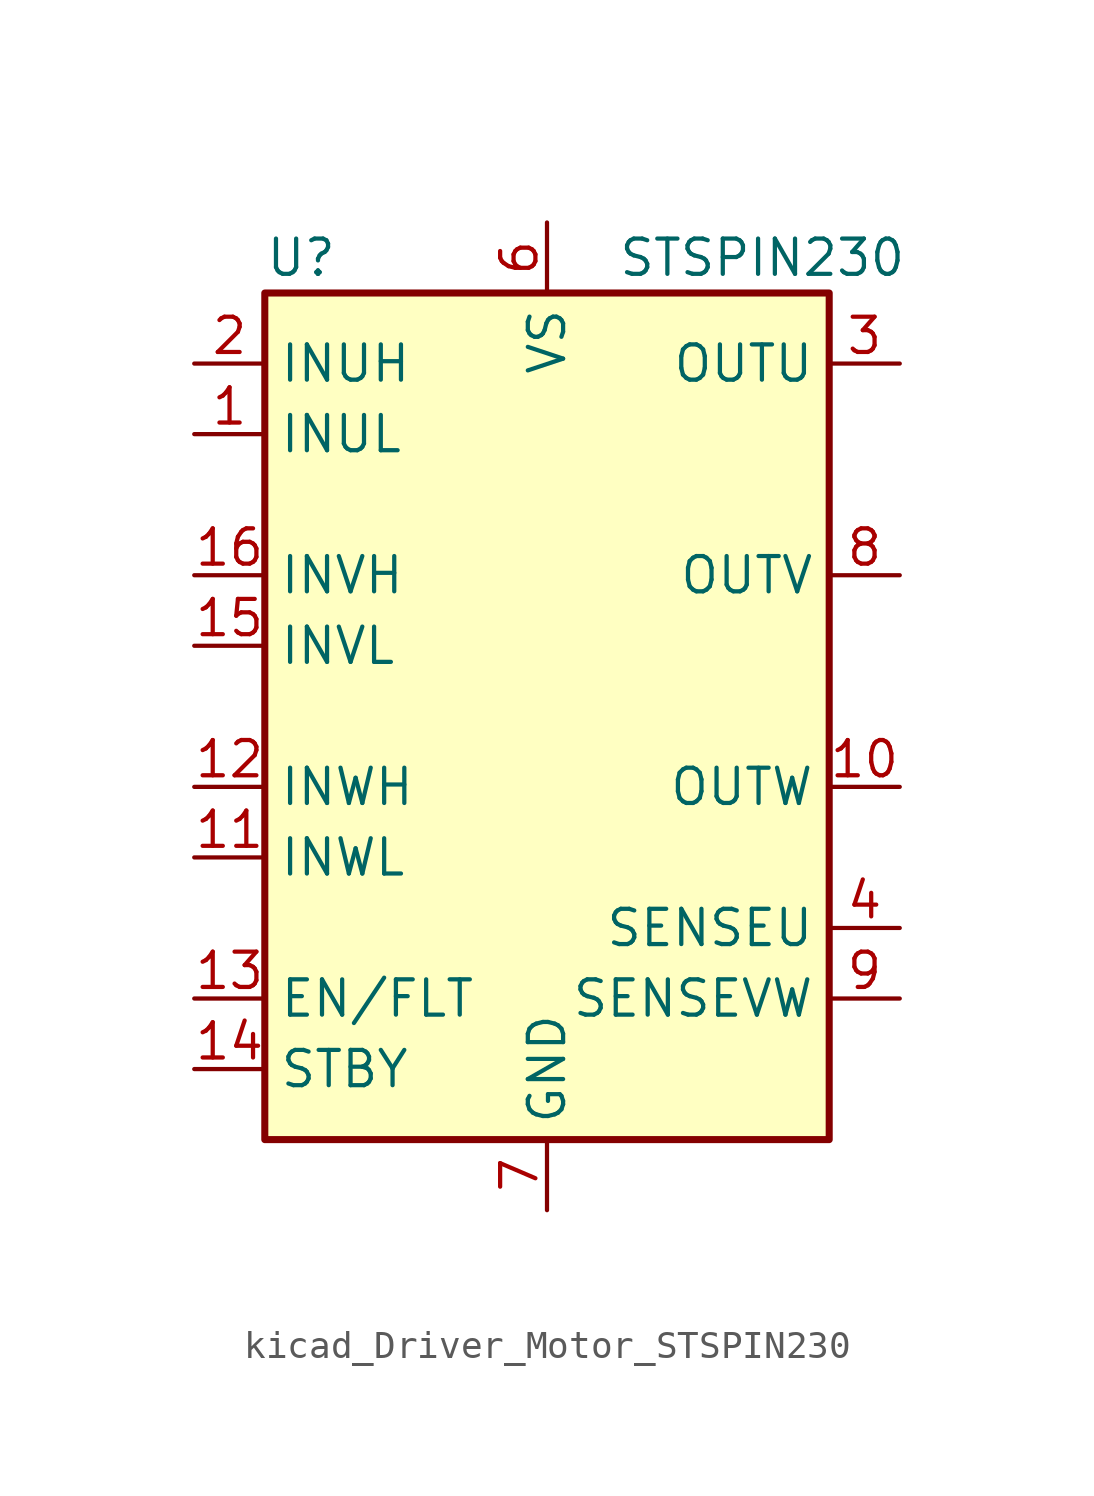
<source format=kicad_sym>
(kicad_symbol_lib
  (version 20220914)
  (generator kicad_symbol_editor)
  (symbol "kicad_Driver_Motor_STSPIN230"
    (property "Reference" "U"
      (at -10.16 16.51 0)
      (effects (font (size 1.27 1.27)) (justify left)))
    (property "Value" "STSPIN230"
      (at 2.54 16.51 0)
      (effects (font (size 1.27 1.27)) (justify left)))
    (symbol "kicad_Driver_Motor_STSPIN230_0_1"
      (rectangle (start -10.16 15.24) (end 10.16 -15.24) (stroke (width 0.254) (type default)) (fill (type background))))
    (symbol "kicad_Driver_Motor_STSPIN230_1_1"
      (pin input line (at -12.7 10.16 0) (length 2.54) (name "INUL" (effects (font (size 1.27 1.27)))) (number "1" (effects (font (size 1.27 1.27)))))
      (pin power_out line (at 12.7 -2.54 180) (length 2.54) (name "OUTW" (effects (font (size 1.27 1.27)))) (number "10" (effects (font (size 1.27 1.27)))))
      (pin input line (at -12.7 -5.08 0) (length 2.54) (name "INWL" (effects (font (size 1.27 1.27)))) (number "11" (effects (font (size 1.27 1.27)))))
      (pin input line (at -12.7 -2.54 0) (length 2.54) (name "INWH" (effects (font (size 1.27 1.27)))) (number "12" (effects (font (size 1.27 1.27)))))
      (pin bidirectional line (at -12.7 -10.16 0) (length 2.54) (name "EN/FLT" (effects (font (size 1.27 1.27)))) (number "13" (effects (font (size 1.27 1.27)))))
      (pin input line (at -12.7 -12.7 0) (length 2.54) (name "STBY" (effects (font (size 1.27 1.27)))) (number "14" (effects (font (size 1.27 1.27)))))
      (pin input line (at -12.7 2.54 0) (length 2.54) (name "INVL" (effects (font (size 1.27 1.27)))) (number "15" (effects (font (size 1.27 1.27)))))
      (pin input line (at -12.7 5.08 0) (length 2.54) (name "INVH" (effects (font (size 1.27 1.27)))) (number "16" (effects (font (size 1.27 1.27)))))
      (pin passive line (at 0 -17.78 90) (length 2.54) hide (name "GND" (effects (font (size 1.27 1.27)))) (number "17" (effects (font (size 1.27 1.27)))))
      (pin input line (at -12.7 12.7 0) (length 2.54) (name "INUH" (effects (font (size 1.27 1.27)))) (number "2" (effects (font (size 1.27 1.27)))))
      (pin power_out line (at 12.7 12.7 180) (length 2.54) (name "OUTU" (effects (font (size 1.27 1.27)))) (number "3" (effects (font (size 1.27 1.27)))))
      (pin input line (at 12.7 -7.62 180) (length 2.54) (name "SENSEU" (effects (font (size 1.27 1.27)))) (number "4" (effects (font (size 1.27 1.27)))))
      (pin no_connect line (at 2.54 -15.24 90) (length 2.54) hide (name "NC" (effects (font (size 1.27 1.27)))) (number "5" (effects (font (size 1.27 1.27)))))
      (pin power_in line (at 0 17.78 270) (length 2.54) (name "VS" (effects (font (size 1.27 1.27)))) (number "6" (effects (font (size 1.27 1.27)))))
      (pin power_in line (at 0 -17.78 90) (length 2.54) (name "GND" (effects (font (size 1.27 1.27)))) (number "7" (effects (font (size 1.27 1.27)))))
      (pin power_out line (at 12.7 5.08 180) (length 2.54) (name "OUTV" (effects (font (size 1.27 1.27)))) (number "8" (effects (font (size 1.27 1.27)))))
      (pin input line (at 12.7 -10.16 180) (length 2.54) (name "SENSEVW" (effects (font (size 1.27 1.27)))) (number "9" (effects (font (size 1.27 1.27))))))))
</source>
